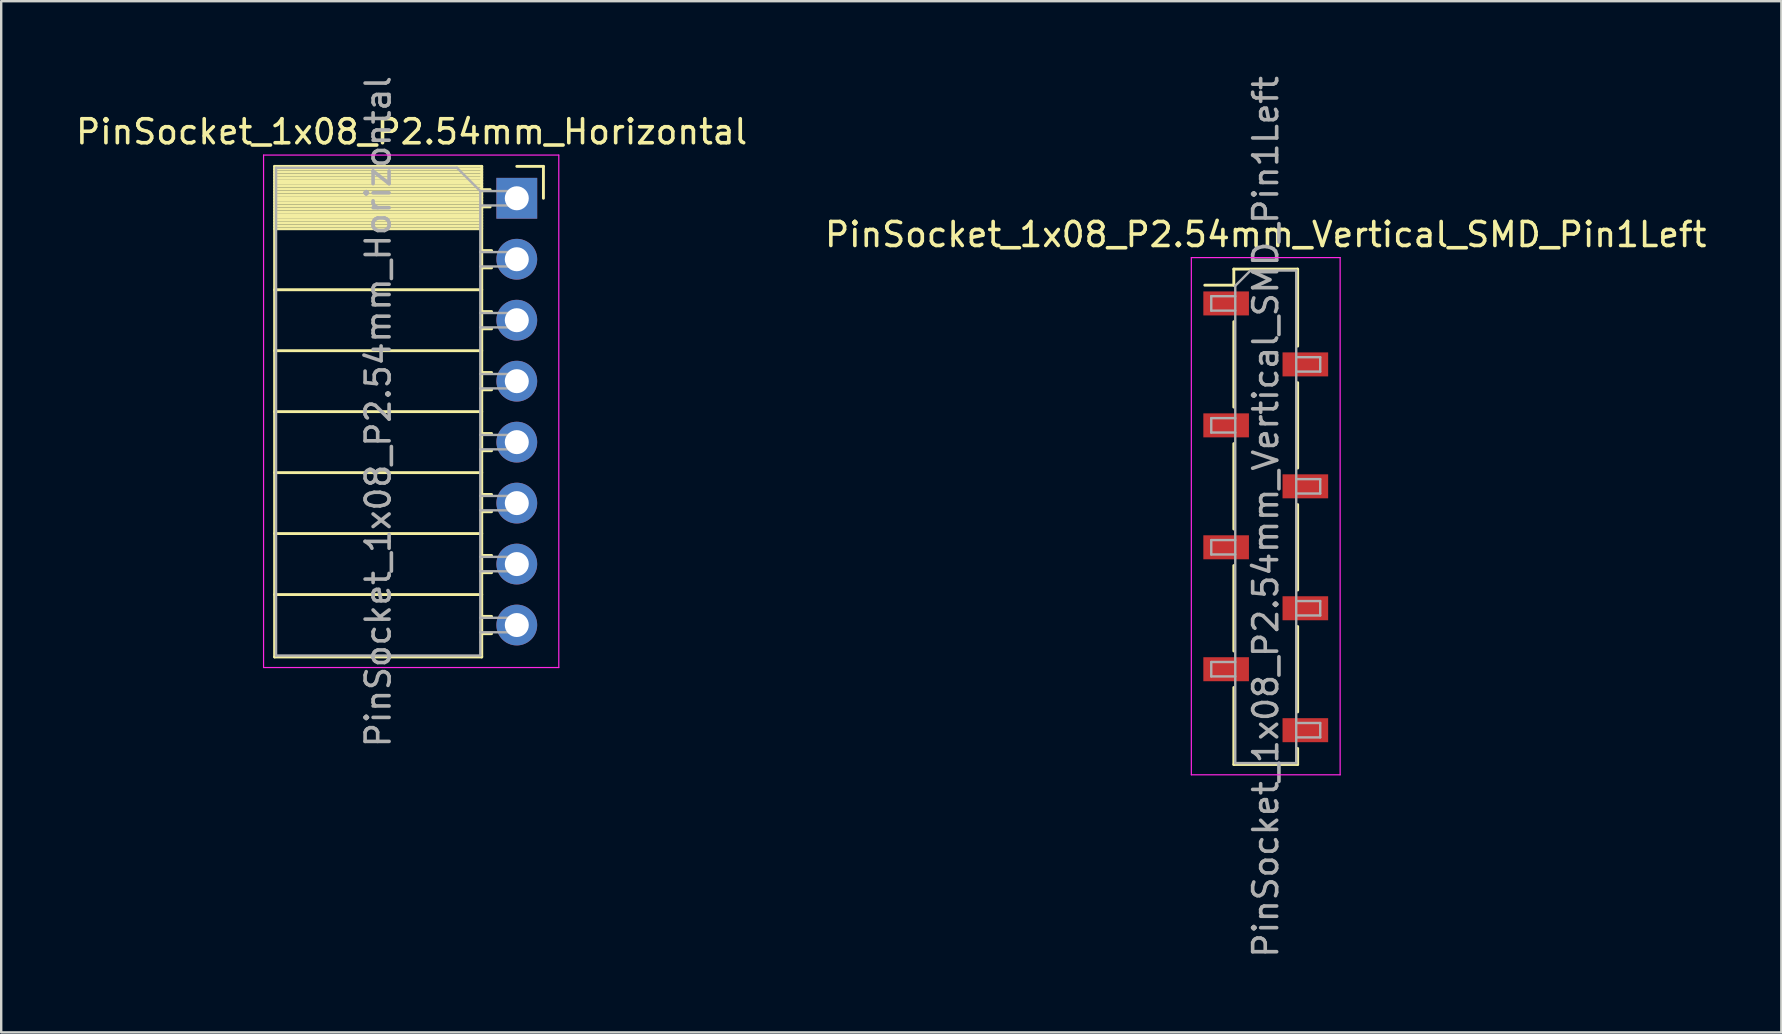
<source format=kicad_pcb>
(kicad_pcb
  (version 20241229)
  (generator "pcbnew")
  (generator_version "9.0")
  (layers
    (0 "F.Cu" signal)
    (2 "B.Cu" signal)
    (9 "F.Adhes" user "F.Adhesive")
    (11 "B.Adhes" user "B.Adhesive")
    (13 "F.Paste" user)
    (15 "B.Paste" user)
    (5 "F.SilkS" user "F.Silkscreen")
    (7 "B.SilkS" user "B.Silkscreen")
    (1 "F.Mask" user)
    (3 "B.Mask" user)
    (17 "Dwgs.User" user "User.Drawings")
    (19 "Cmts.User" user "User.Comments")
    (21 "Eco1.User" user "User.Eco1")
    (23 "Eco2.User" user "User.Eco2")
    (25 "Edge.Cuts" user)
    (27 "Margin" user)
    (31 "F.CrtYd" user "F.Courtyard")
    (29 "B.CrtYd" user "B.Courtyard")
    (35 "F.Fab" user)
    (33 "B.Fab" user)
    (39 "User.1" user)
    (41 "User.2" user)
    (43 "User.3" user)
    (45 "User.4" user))
  (footprint "PinSocket_1x08_P2.54mm_Horizontal"
    (layer "F.Cu")
    (at 18.481 5.211)
    (property "Reference" "PinSocket_1x08_P2.54mm_Horizontal" (at -4.38 -2.77 0) (layer "F.SilkS") (effects (font (size 1 1) (thickness 0.15))))
    (attr through_hole)
    (fp_line (start -10.09 -1.33) (end -10.09 19.11) (stroke (width 0.12) (type solid)) (layer "F.SilkS"))
    (fp_line (start -10.09 -1.33) (end -1.46 -1.33) (stroke (width 0.12) (type solid)) (layer "F.SilkS"))
    (fp_line (start -10.09 -1.21) (end -1.46 -1.21) (stroke (width 0.12) (type solid)) (layer "F.SilkS"))
    (fp_line (start -10.09 -1.092) (end -1.46 -1.092) (stroke (width 0.12) (type solid)) (layer "F.SilkS"))
    (fp_line (start -10.09 -0.974) (end -1.46 -0.974) (stroke (width 0.12) (type solid)) (layer "F.SilkS"))
    (fp_line (start -10.09 -0.856) (end -1.46 -0.856) (stroke (width 0.12) (type solid)) (layer "F.SilkS"))
    (fp_line (start -10.09 -0.738) (end -1.46 -0.738) (stroke (width 0.12) (type solid)) (layer "F.SilkS"))
    (fp_line (start -10.09 -0.62) (end -1.46 -0.62) (stroke (width 0.12) (type solid)) (layer "F.SilkS"))
    (fp_line (start -10.09 -0.501) (end -1.46 -0.501) (stroke (width 0.12) (type solid)) (layer "F.SilkS"))
    (fp_line (start -10.09 -0.383) (end -1.46 -0.383) (stroke (width 0.12) (type solid)) (layer "F.SilkS"))
    (fp_line (start -10.09 -0.265) (end -1.46 -0.265) (stroke (width 0.12) (type solid)) (layer "F.SilkS"))
    (fp_line (start -10.09 -0.147) (end -1.46 -0.147) (stroke (width 0.12) (type solid)) (layer "F.SilkS"))
    (fp_line (start -10.09 -0.029) (end -1.46 -0.029) (stroke (width 0.12) (type solid)) (layer "F.SilkS"))
    (fp_line (start -10.09 0.089) (end -1.46 0.089) (stroke (width 0.12) (type solid)) (layer "F.SilkS"))
    (fp_line (start -10.09 0.207) (end -1.46 0.207) (stroke (width 0.12) (type solid)) (layer "F.SilkS"))
    (fp_line (start -10.09 0.325) (end -1.46 0.325) (stroke (width 0.12) (type solid)) (layer "F.SilkS"))
    (fp_line (start -10.09 0.443) (end -1.46 0.443) (stroke (width 0.12) (type solid)) (layer "F.SilkS"))
    (fp_line (start -10.09 0.561) (end -1.46 0.561) (stroke (width 0.12) (type solid)) (layer "F.SilkS"))
    (fp_line (start -10.09 0.68) (end -1.46 0.68) (stroke (width 0.12) (type solid)) (layer "F.SilkS"))
    (fp_line (start -10.09 0.798) (end -1.46 0.798) (stroke (width 0.12) (type solid)) (layer "F.SilkS"))
    (fp_line (start -10.09 0.916) (end -1.46 0.916) (stroke (width 0.12) (type solid)) (layer "F.SilkS"))
    (fp_line (start -10.09 1.034) (end -1.46 1.034) (stroke (width 0.12) (type solid)) (layer "F.SilkS"))
    (fp_line (start -10.09 1.152) (end -1.46 1.152) (stroke (width 0.12) (type solid)) (layer "F.SilkS"))
    (fp_line (start -10.09 1.27) (end -1.46 1.27) (stroke (width 0.12) (type solid)) (layer "F.SilkS"))
    (fp_line (start -10.09 3.81) (end -1.46 3.81) (stroke (width 0.12) (type solid)) (layer "F.SilkS"))
    (fp_line (start -10.09 6.35) (end -1.46 6.35) (stroke (width 0.12) (type solid)) (layer "F.SilkS"))
    (fp_line (start -10.09 8.89) (end -1.46 8.89) (stroke (width 0.12) (type solid)) (layer "F.SilkS"))
    (fp_line (start -10.09 11.43) (end -1.46 11.43) (stroke (width 0.12) (type solid)) (layer "F.SilkS"))
    (fp_line (start -10.09 13.97) (end -1.46 13.97) (stroke (width 0.12) (type solid)) (layer "F.SilkS"))
    (fp_line (start -10.09 16.51) (end -1.46 16.51) (stroke (width 0.12) (type solid)) (layer "F.SilkS"))
    (fp_line (start -10.09 19.11) (end -1.46 19.11) (stroke (width 0.12) (type solid)) (layer "F.SilkS"))
    (fp_line (start -1.46 -1.33) (end -1.46 19.11) (stroke (width 0.12) (type solid)) (layer "F.SilkS"))
    (fp_line (start -1.46 -0.36) (end -1.11 -0.36) (stroke (width 0.12) (type solid)) (layer "F.SilkS"))
    (fp_line (start -1.46 0.36) (end -1.11 0.36) (stroke (width 0.12) (type solid)) (layer "F.SilkS"))
    (fp_line (start -1.46 2.18) (end -1.05 2.18) (stroke (width 0.12) (type solid)) (layer "F.SilkS"))
    (fp_line (start -1.46 2.9) (end -1.05 2.9) (stroke (width 0.12) (type solid)) (layer "F.SilkS"))
    (fp_line (start -1.46 4.72) (end -1.05 4.72) (stroke (width 0.12) (type solid)) (layer "F.SilkS"))
    (fp_line (start -1.46 5.44) (end -1.05 5.44) (stroke (width 0.12) (type solid)) (layer "F.SilkS"))
    (fp_line (start -1.46 7.26) (end -1.05 7.26) (stroke (width 0.12) (type solid)) (layer "F.SilkS"))
    (fp_line (start -1.46 7.98) (end -1.05 7.98) (stroke (width 0.12) (type solid)) (layer "F.SilkS"))
    (fp_line (start -1.46 9.8) (end -1.05 9.8) (stroke (width 0.12) (type solid)) (layer "F.SilkS"))
    (fp_line (start -1.46 10.52) (end -1.05 10.52) (stroke (width 0.12) (type solid)) (layer "F.SilkS"))
    (fp_line (start -1.46 12.34) (end -1.05 12.34) (stroke (width 0.12) (type solid)) (layer "F.SilkS"))
    (fp_line (start -1.46 13.06) (end -1.05 13.06) (stroke (width 0.12) (type solid)) (layer "F.SilkS"))
    (fp_line (start -1.46 14.88) (end -1.05 14.88) (stroke (width 0.12) (type solid)) (layer "F.SilkS"))
    (fp_line (start -1.46 15.6) (end -1.05 15.6) (stroke (width 0.12) (type solid)) (layer "F.SilkS"))
    (fp_line (start -1.46 17.42) (end -1.05 17.42) (stroke (width 0.12) (type solid)) (layer "F.SilkS"))
    (fp_line (start -1.46 18.14) (end -1.05 18.14) (stroke (width 0.12) (type solid)) (layer "F.SilkS"))
    (fp_line (start 0 -1.33) (end 1.11 -1.33) (stroke (width 0.12) (type solid)) (layer "F.SilkS"))
    (fp_line (start 1.11 -1.33) (end 1.11 0) (stroke (width 0.12) (type solid)) (layer "F.SilkS"))
    (fp_line (start -10.55 -1.8) (end -10.55 19.55) (stroke (width 0.05) (type solid)) (layer "F.CrtYd"))
    (fp_line (start -10.55 19.55) (end 1.75 19.55) (stroke (width 0.05) (type solid)) (layer "F.CrtYd"))
    (fp_line (start 1.75 -1.8) (end -10.55 -1.8) (stroke (width 0.05) (type solid)) (layer "F.CrtYd"))
    (fp_line (start 1.75 19.55) (end 1.75 -1.8) (stroke (width 0.05) (type solid)) (layer "F.CrtYd"))
    (fp_line (start -10.03 -1.27) (end -2.49 -1.27) (stroke (width 0.1) (type solid)) (layer "F.Fab"))
    (fp_line (start -10.03 19.05) (end -10.03 -1.27) (stroke (width 0.1) (type solid)) (layer "F.Fab"))
    (fp_line (start -2.49 -1.27) (end -1.52 -0.3) (stroke (width 0.1) (type solid)) (layer "F.Fab"))
    (fp_line (start -1.52 -0.3) (end -1.52 19.05) (stroke (width 0.1) (type solid)) (layer "F.Fab"))
    (fp_line (start -1.52 0.3) (end 0 0.3) (stroke (width 0.1) (type solid)) (layer "F.Fab"))
    (fp_line (start -1.52 2.84) (end 0 2.84) (stroke (width 0.1) (type solid)) (layer "F.Fab"))
    (fp_line (start -1.52 5.38) (end 0 5.38) (stroke (width 0.1) (type solid)) (layer "F.Fab"))
    (fp_line (start -1.52 7.92) (end 0 7.92) (stroke (width 0.1) (type solid)) (layer "F.Fab"))
    (fp_line (start -1.52 10.46) (end 0 10.46) (stroke (width 0.1) (type solid)) (layer "F.Fab"))
    (fp_line (start -1.52 13) (end 0 13) (stroke (width 0.1) (type solid)) (layer "F.Fab"))
    (fp_line (start -1.52 15.54) (end 0 15.54) (stroke (width 0.1) (type solid)) (layer "F.Fab"))
    (fp_line (start -1.52 18.08) (end 0 18.08) (stroke (width 0.1) (type solid)) (layer "F.Fab"))
    (fp_line (start -1.52 19.05) (end -10.03 19.05) (stroke (width 0.1) (type solid)) (layer "F.Fab"))
    (fp_line (start 0 -0.3) (end -1.52 -0.3) (stroke (width 0.1) (type solid)) (layer "F.Fab"))
    (fp_line (start 0 0.3) (end 0 -0.3) (stroke (width 0.1) (type solid)) (layer "F.Fab"))
    (fp_line (start 0 2.24) (end -1.52 2.24) (stroke (width 0.1) (type solid)) (layer "F.Fab"))
    (fp_line (start 0 2.84) (end 0 2.24) (stroke (width 0.1) (type solid)) (layer "F.Fab"))
    (fp_line (start 0 4.78) (end -1.52 4.78) (stroke (width 0.1) (type solid)) (layer "F.Fab"))
    (fp_line (start 0 5.38) (end 0 4.78) (stroke (width 0.1) (type solid)) (layer "F.Fab"))
    (fp_line (start 0 7.32) (end -1.52 7.32) (stroke (width 0.1) (type solid)) (layer "F.Fab"))
    (fp_line (start 0 7.92) (end 0 7.32) (stroke (width 0.1) (type solid)) (layer "F.Fab"))
    (fp_line (start 0 9.86) (end -1.52 9.86) (stroke (width 0.1) (type solid)) (layer "F.Fab"))
    (fp_line (start 0 10.46) (end 0 9.86) (stroke (width 0.1) (type solid)) (layer "F.Fab"))
    (fp_line (start 0 12.4) (end -1.52 12.4) (stroke (width 0.1) (type solid)) (layer "F.Fab"))
    (fp_line (start 0 13) (end 0 12.4) (stroke (width 0.1) (type solid)) (layer "F.Fab"))
    (fp_line (start 0 14.94) (end -1.52 14.94) (stroke (width 0.1) (type solid)) (layer "F.Fab"))
    (fp_line (start 0 15.54) (end 0 14.94) (stroke (width 0.1) (type solid)) (layer "F.Fab"))
    (fp_line (start 0 17.48) (end -1.52 17.48) (stroke (width 0.1) (type solid)) (layer "F.Fab"))
    (fp_line (start 0 18.08) (end 0 17.48) (stroke (width 0.1) (type solid)) (layer "F.Fab"))
    (fp_text user "${REFERENCE}" (at -5.775 8.89 90) (layer "F.Fab") (effects (font (size 1 1) (thickness 0.15))))
    (pad "1" thru_hole rect (at 0 0) (size 1.7 1.7) (drill 1) (layers "*.Cu" "*.Mask"))
    (pad "2" thru_hole oval (at 0 2.54) (size 1.7 1.7) (drill 1) (layers "*.Cu" "*.Mask"))
    (pad "3" thru_hole oval (at 0 5.08) (size 1.7 1.7) (drill 1) (layers "*.Cu" "*.Mask"))
    (pad "4" thru_hole oval (at 0 7.62) (size 1.7 1.7) (drill 1) (layers "*.Cu" "*.Mask"))
    (pad "5" thru_hole oval (at 0 10.16) (size 1.7 1.7) (drill 1) (layers "*.Cu" "*.Mask"))
    (pad "6" thru_hole oval (at 0 12.7) (size 1.7 1.7) (drill 1) (layers "*.Cu" "*.Mask"))
    (pad "7" thru_hole oval (at 0 15.24) (size 1.7 1.7) (drill 1) (layers "*.Cu" "*.Mask"))
    (pad "8" thru_hole oval (at 0 17.78) (size 1.7 1.7) (drill 1) (layers "*.Cu" "*.Mask")))
  (footprint "PinSocket_1x08_P2.54mm_Vertical_SMD_Pin1Left"
    (layer "F.Cu")
    (at 49.685 18.482)
    (property "Reference" "PinSocket_1x08_P2.54mm_Vertical_SMD_Pin1Left" (at 0 -11.76 0) (layer "F.SilkS") (effects (font (size 1 1) (thickness 0.15))))
    (attr smd)
    (fp_line (start -2.54 -9.65) (end -1.33 -9.65) (stroke (width 0.12) (type solid)) (layer "F.SilkS"))
    (fp_line (start -1.33 -10.32) (end -1.33 -9.65) (stroke (width 0.12) (type solid)) (layer "F.SilkS"))
    (fp_line (start -1.33 -10.32) (end 1.33 -10.32) (stroke (width 0.12) (type solid)) (layer "F.SilkS"))
    (fp_line (start -1.33 -8.13) (end -1.33 -4.57) (stroke (width 0.12) (type solid)) (layer "F.SilkS"))
    (fp_line (start -1.33 -3.05) (end -1.33 0.51) (stroke (width 0.12) (type solid)) (layer "F.SilkS"))
    (fp_line (start -1.33 2.03) (end -1.33 5.59) (stroke (width 0.12) (type solid)) (layer "F.SilkS"))
    (fp_line (start -1.33 7.11) (end -1.33 10.32) (stroke (width 0.12) (type solid)) (layer "F.SilkS"))
    (fp_line (start -1.33 10.32) (end 1.33 10.32) (stroke (width 0.12) (type solid)) (layer "F.SilkS"))
    (fp_line (start 1.33 -10.32) (end 1.33 -7.11) (stroke (width 0.12) (type solid)) (layer "F.SilkS"))
    (fp_line (start 1.33 -5.59) (end 1.33 -2.03) (stroke (width 0.12) (type solid)) (layer "F.SilkS"))
    (fp_line (start 1.33 -0.51) (end 1.33 3.05) (stroke (width 0.12) (type solid)) (layer "F.SilkS"))
    (fp_line (start 1.33 4.57) (end 1.33 8.13) (stroke (width 0.12) (type solid)) (layer "F.SilkS"))
    (fp_line (start 1.33 9.65) (end 1.33 10.32) (stroke (width 0.12) (type solid)) (layer "F.SilkS"))
    (fp_line (start -3.1 -10.8) (end 3.1 -10.8) (stroke (width 0.05) (type solid)) (layer "F.CrtYd"))
    (fp_line (start -3.1 10.75) (end -3.1 -10.8) (stroke (width 0.05) (type solid)) (layer "F.CrtYd"))
    (fp_line (start 3.1 -10.8) (end 3.1 10.75) (stroke (width 0.05) (type solid)) (layer "F.CrtYd"))
    (fp_line (start 3.1 10.75) (end -3.1 10.75) (stroke (width 0.05) (type solid)) (layer "F.CrtYd"))
    (fp_line (start -2.27 -9.19) (end -1.27 -9.19) (stroke (width 0.1) (type solid)) (layer "F.Fab"))
    (fp_line (start -2.27 -8.59) (end -2.27 -9.19) (stroke (width 0.1) (type solid)) (layer "F.Fab"))
    (fp_line (start -2.27 -4.11) (end -1.27 -4.11) (stroke (width 0.1) (type solid)) (layer "F.Fab"))
    (fp_line (start -2.27 -3.51) (end -2.27 -4.11) (stroke (width 0.1) (type solid)) (layer "F.Fab"))
    (fp_line (start -2.27 0.97) (end -1.27 0.97) (stroke (width 0.1) (type solid)) (layer "F.Fab"))
    (fp_line (start -2.27 1.57) (end -2.27 0.97) (stroke (width 0.1) (type solid)) (layer "F.Fab"))
    (fp_line (start -2.27 6.05) (end -1.27 6.05) (stroke (width 0.1) (type solid)) (layer "F.Fab"))
    (fp_line (start -2.27 6.65) (end -2.27 6.05) (stroke (width 0.1) (type solid)) (layer "F.Fab"))
    (fp_line (start -1.27 -9.625) (end -0.635 -10.26) (stroke (width 0.1) (type solid)) (layer "F.Fab"))
    (fp_line (start -1.27 -8.59) (end -2.27 -8.59) (stroke (width 0.1) (type solid)) (layer "F.Fab"))
    (fp_line (start -1.27 -3.51) (end -2.27 -3.51) (stroke (width 0.1) (type solid)) (layer "F.Fab"))
    (fp_line (start -1.27 1.57) (end -2.27 1.57) (stroke (width 0.1) (type solid)) (layer "F.Fab"))
    (fp_line (start -1.27 6.65) (end -2.27 6.65) (stroke (width 0.1) (type solid)) (layer "F.Fab"))
    (fp_line (start -1.27 10.26) (end -1.27 -9.625) (stroke (width 0.1) (type solid)) (layer "F.Fab"))
    (fp_line (start -0.635 -10.26) (end 1.27 -10.26) (stroke (width 0.1) (type solid)) (layer "F.Fab"))
    (fp_line (start 1.27 -10.26) (end 1.27 10.26) (stroke (width 0.1) (type solid)) (layer "F.Fab"))
    (fp_line (start 1.27 -6.65) (end 2.27 -6.65) (stroke (width 0.1) (type solid)) (layer "F.Fab"))
    (fp_line (start 1.27 -1.57) (end 2.27 -1.57) (stroke (width 0.1) (type solid)) (layer "F.Fab"))
    (fp_line (start 1.27 3.51) (end 2.27 3.51) (stroke (width 0.1) (type solid)) (layer "F.Fab"))
    (fp_line (start 1.27 8.59) (end 2.27 8.59) (stroke (width 0.1) (type solid)) (layer "F.Fab"))
    (fp_line (start 1.27 10.26) (end -1.27 10.26) (stroke (width 0.1) (type solid)) (layer "F.Fab"))
    (fp_line (start 2.27 -6.65) (end 2.27 -6.05) (stroke (width 0.1) (type solid)) (layer "F.Fab"))
    (fp_line (start 2.27 -6.05) (end 1.27 -6.05) (stroke (width 0.1) (type solid)) (layer "F.Fab"))
    (fp_line (start 2.27 -1.57) (end 2.27 -0.97) (stroke (width 0.1) (type solid)) (layer "F.Fab"))
    (fp_line (start 2.27 -0.97) (end 1.27 -0.97) (stroke (width 0.1) (type solid)) (layer "F.Fab"))
    (fp_line (start 2.27 3.51) (end 2.27 4.11) (stroke (width 0.1) (type solid)) (layer "F.Fab"))
    (fp_line (start 2.27 4.11) (end 1.27 4.11) (stroke (width 0.1) (type solid)) (layer "F.Fab"))
    (fp_line (start 2.27 8.59) (end 2.27 9.19) (stroke (width 0.1) (type solid)) (layer "F.Fab"))
    (fp_line (start 2.27 9.19) (end 1.27 9.19) (stroke (width 0.1) (type solid)) (layer "F.Fab"))
    (fp_text user "${REFERENCE}" (at 0 0 90) (layer "F.Fab") (effects (font (size 1 1) (thickness 0.15))))
    (pad "1" smd rect (at -1.65 -8.89) (size 1.9 1) (layers "F.Cu" "F.Mask" "F.Paste"))
    (pad "2" smd rect (at 1.65 -6.35) (size 1.9 1) (layers "F.Cu" "F.Mask" "F.Paste"))
    (pad "3" smd rect (at -1.65 -3.81) (size 1.9 1) (layers "F.Cu" "F.Mask" "F.Paste"))
    (pad "4" smd rect (at 1.65 -1.27) (size 1.9 1) (layers "F.Cu" "F.Mask" "F.Paste"))
    (pad "5" smd rect (at -1.65 1.27) (size 1.9 1) (layers "F.Cu" "F.Mask" "F.Paste"))
    (pad "6" smd rect (at 1.65 3.81) (size 1.9 1) (layers "F.Cu" "F.Mask" "F.Paste"))
    (pad "7" smd rect (at -1.65 6.35) (size 1.9 1) (layers "F.Cu" "F.Mask" "F.Paste"))
    (pad "8" smd rect (at 1.65 8.89) (size 1.9 1) (layers "F.Cu" "F.Mask" "F.Paste")))
  (gr_rect
    (start -3 -3)
    (end 71.167 39.964)
    (stroke (width 0.1) (type default))
    (fill no)
    (layer "Edge.Cuts")))
</source>
